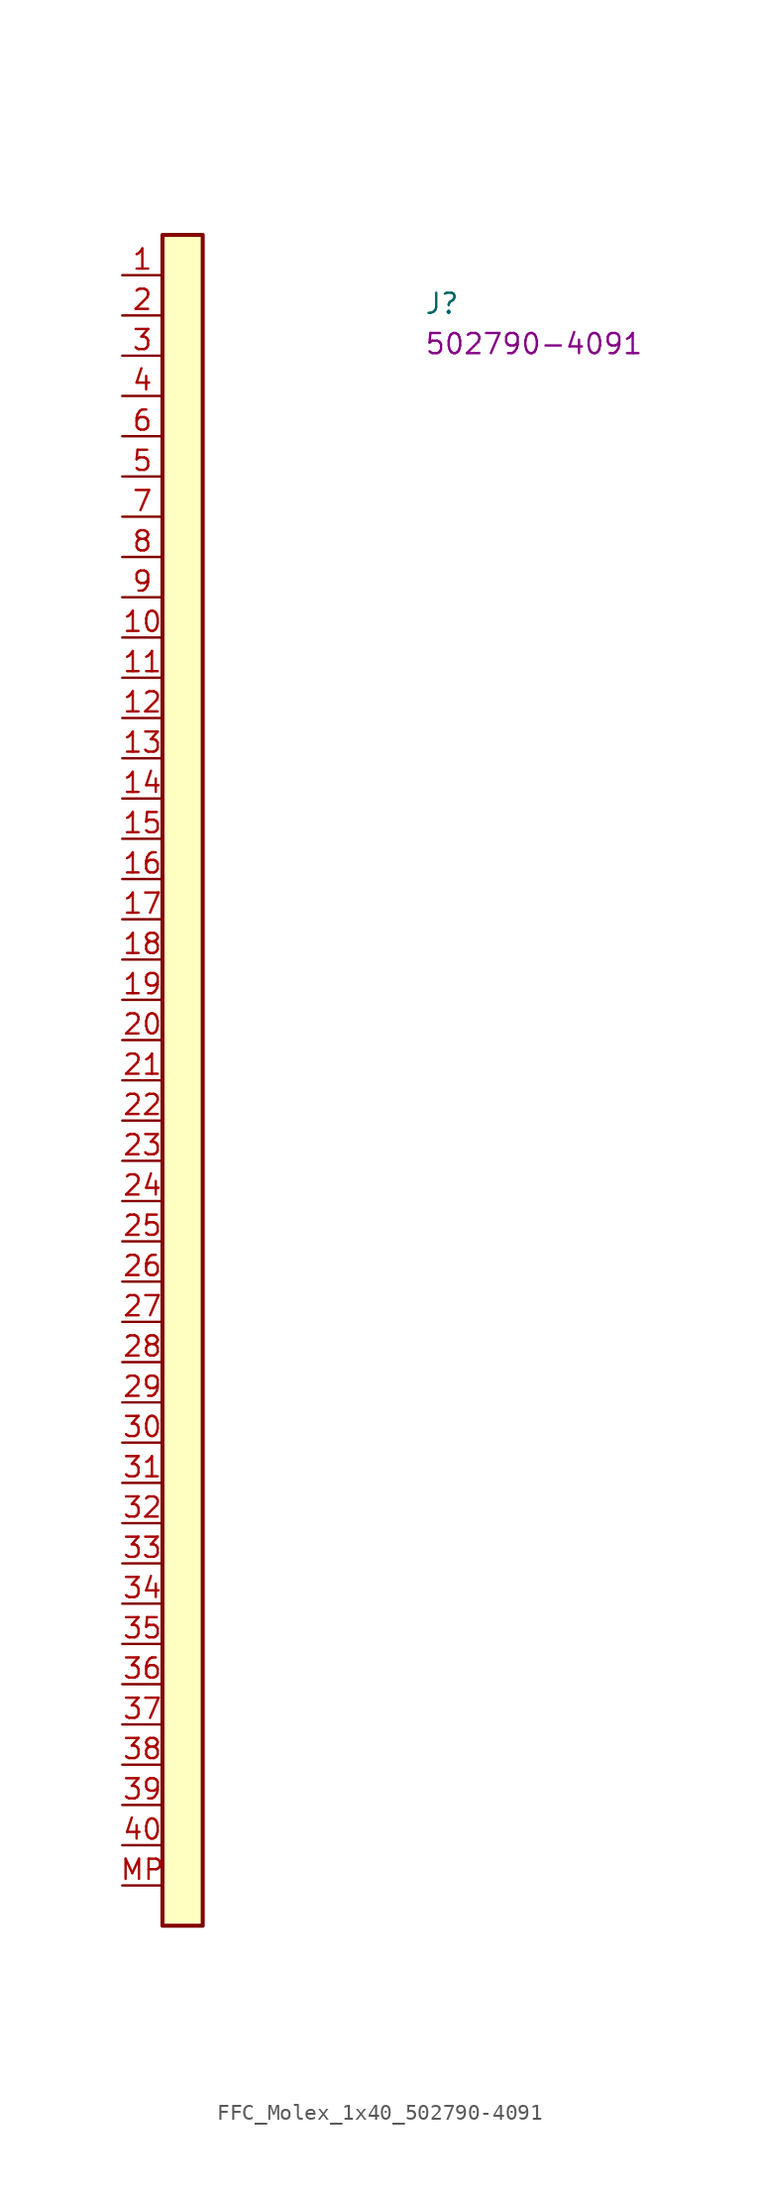
<source format=kicad_sym>
(kicad_symbol_lib
  (version 20220914)
  (generator kicad_symbol_editor)
  (symbol "FFC_Molex_1x40_502790-4091"
    (property "Reference" "J"
      (at 19.05 -2.54 0)
      (effects (font (size 1.27 1.27) (thickness 0.15)) (justify left bottom)))
    (property "MPN" "502790-4091"
      (at 19.05 -5.08 0)
      (effects (font (size 1.27 1.27) (thickness 0.15)) (justify left bottom)))
    (symbol "FFC_Molex_1x40_502790-4091_1_1"
      (rectangle (start 2.54 2.54) (end 5.08 -104.14) (stroke (width 0.254) (type default)) (fill (type background)))
      (pin bidirectional line (at 0 0 0) (length 2.54) (name "~" (effects (font (size 1.27 1.27)))) (number "1" (effects (font (size 1.27 1.27)))))
      (pin bidirectional line (at 0 -22.86 0) (length 2.54) (name "~" (effects (font (size 1.27 1.27)))) (number "10" (effects (font (size 1.27 1.27)))))
      (pin bidirectional line (at 0 -25.4 0) (length 2.54) (name "~" (effects (font (size 1.27 1.27)))) (number "11" (effects (font (size 1.27 1.27)))))
      (pin bidirectional line (at 0 -27.94 0) (length 2.54) (name "~" (effects (font (size 1.27 1.27)))) (number "12" (effects (font (size 1.27 1.27)))))
      (pin bidirectional line (at 0 -30.48 0) (length 2.54) (name "~" (effects (font (size 1.27 1.27)))) (number "13" (effects (font (size 1.27 1.27)))))
      (pin bidirectional line (at 0 -33.02 0) (length 2.54) (name "~" (effects (font (size 1.27 1.27)))) (number "14" (effects (font (size 1.27 1.27)))))
      (pin bidirectional line (at 0 -35.56 0) (length 2.54) (name "~" (effects (font (size 1.27 1.27)))) (number "15" (effects (font (size 1.27 1.27)))))
      (pin bidirectional line (at 0 -38.1 0) (length 2.54) (name "~" (effects (font (size 1.27 1.27)))) (number "16" (effects (font (size 1.27 1.27)))))
      (pin bidirectional line (at 0 -40.64 0) (length 2.54) (name "~" (effects (font (size 1.27 1.27)))) (number "17" (effects (font (size 1.27 1.27)))))
      (pin bidirectional line (at 0 -43.18 0) (length 2.54) (name "~" (effects (font (size 1.27 1.27)))) (number "18" (effects (font (size 1.27 1.27)))))
      (pin bidirectional line (at 0 -45.72 0) (length 2.54) (name "~" (effects (font (size 1.27 1.27)))) (number "19" (effects (font (size 1.27 1.27)))))
      (pin bidirectional line (at 0 -2.54 0) (length 2.54) (name "~" (effects (font (size 1.27 1.27)))) (number "2" (effects (font (size 1.27 1.27)))))
      (pin bidirectional line (at 0 -48.26 0) (length 2.54) (name "~" (effects (font (size 1.27 1.27)))) (number "20" (effects (font (size 1.27 1.27)))))
      (pin bidirectional line (at 0 -50.8 0) (length 2.54) (name "~" (effects (font (size 1.27 1.27)))) (number "21" (effects (font (size 1.27 1.27)))))
      (pin bidirectional line (at 0 -53.34 0) (length 2.54) (name "~" (effects (font (size 1.27 1.27)))) (number "22" (effects (font (size 1.27 1.27)))))
      (pin bidirectional line (at 0 -55.88 0) (length 2.54) (name "~" (effects (font (size 1.27 1.27)))) (number "23" (effects (font (size 1.27 1.27)))))
      (pin bidirectional line (at 0 -58.42 0) (length 2.54) (name "~" (effects (font (size 1.27 1.27)))) (number "24" (effects (font (size 1.27 1.27)))))
      (pin bidirectional line (at 0 -60.96 0) (length 2.54) (name "~" (effects (font (size 1.27 1.27)))) (number "25" (effects (font (size 1.27 1.27)))))
      (pin bidirectional line (at 0 -63.5 0) (length 2.54) (name "~" (effects (font (size 1.27 1.27)))) (number "26" (effects (font (size 1.27 1.27)))))
      (pin bidirectional line (at 0 -66.04 0) (length 2.54) (name "~" (effects (font (size 1.27 1.27)))) (number "27" (effects (font (size 1.27 1.27)))))
      (pin bidirectional line (at 0 -68.58 0) (length 2.54) (name "~" (effects (font (size 1.27 1.27)))) (number "28" (effects (font (size 1.27 1.27)))))
      (pin bidirectional line (at 0 -71.12 0) (length 2.54) (name "~" (effects (font (size 1.27 1.27)))) (number "29" (effects (font (size 1.27 1.27)))))
      (pin bidirectional line (at 0 -5.08 0) (length 2.54) (name "~" (effects (font (size 1.27 1.27)))) (number "3" (effects (font (size 1.27 1.27)))))
      (pin bidirectional line (at 0 -73.66 0) (length 2.54) (name "~" (effects (font (size 1.27 1.27)))) (number "30" (effects (font (size 1.27 1.27)))))
      (pin bidirectional line (at 0 -76.2 0) (length 2.54) (name "~" (effects (font (size 1.27 1.27)))) (number "31" (effects (font (size 1.27 1.27)))))
      (pin bidirectional line (at 0 -78.74 0) (length 2.54) (name "~" (effects (font (size 1.27 1.27)))) (number "32" (effects (font (size 1.27 1.27)))))
      (pin bidirectional line (at 0 -81.28 0) (length 2.54) (name "~" (effects (font (size 1.27 1.27)))) (number "33" (effects (font (size 1.27 1.27)))))
      (pin bidirectional line (at 0 -83.82 0) (length 2.54) (name "~" (effects (font (size 1.27 1.27)))) (number "34" (effects (font (size 1.27 1.27)))))
      (pin bidirectional line (at 0 -86.36 0) (length 2.54) (name "~" (effects (font (size 1.27 1.27)))) (number "35" (effects (font (size 1.27 1.27)))))
      (pin bidirectional line (at 0 -88.9 0) (length 2.54) (name "~" (effects (font (size 1.27 1.27)))) (number "36" (effects (font (size 1.27 1.27)))))
      (pin bidirectional line (at 0 -91.44 0) (length 2.54) (name "~" (effects (font (size 1.27 1.27)))) (number "37" (effects (font (size 1.27 1.27)))))
      (pin bidirectional line (at 0 -93.98 0) (length 2.54) (name "~" (effects (font (size 1.27 1.27)))) (number "38" (effects (font (size 1.27 1.27)))))
      (pin bidirectional line (at 0 -96.52 0) (length 2.54) (name "~" (effects (font (size 1.27 1.27)))) (number "39" (effects (font (size 1.27 1.27)))))
      (pin bidirectional line (at 0 -7.62 0) (length 2.54) (name "~" (effects (font (size 1.27 1.27)))) (number "4" (effects (font (size 1.27 1.27)))))
      (pin bidirectional line (at 0 -99.06 0) (length 2.54) (name "~" (effects (font (size 1.27 1.27)))) (number "40" (effects (font (size 1.27 1.27)))))
      (pin bidirectional line (at 0 -12.7 0) (length 2.54) (name "~" (effects (font (size 1.27 1.27)))) (number "5" (effects (font (size 1.27 1.27)))))
      (pin bidirectional line (at 0 -10.16 0) (length 2.54) (name "~" (effects (font (size 1.27 1.27)))) (number "6" (effects (font (size 1.27 1.27)))))
      (pin bidirectional line (at 0 -15.24 0) (length 2.54) (name "~" (effects (font (size 1.27 1.27)))) (number "7" (effects (font (size 1.27 1.27)))))
      (pin bidirectional line (at 0 -17.78 0) (length 2.54) (name "~" (effects (font (size 1.27 1.27)))) (number "8" (effects (font (size 1.27 1.27)))))
      (pin bidirectional line (at 0 -20.32 0) (length 2.54) (name "~" (effects (font (size 1.27 1.27)))) (number "9" (effects (font (size 1.27 1.27)))))
      (pin bidirectional line (at 0 -101.6 0) (length 2.54) (name "~" (effects (font (size 1.27 1.27)))) (number "MP" (effects (font (size 1.27 1.27))))))))
</source>
